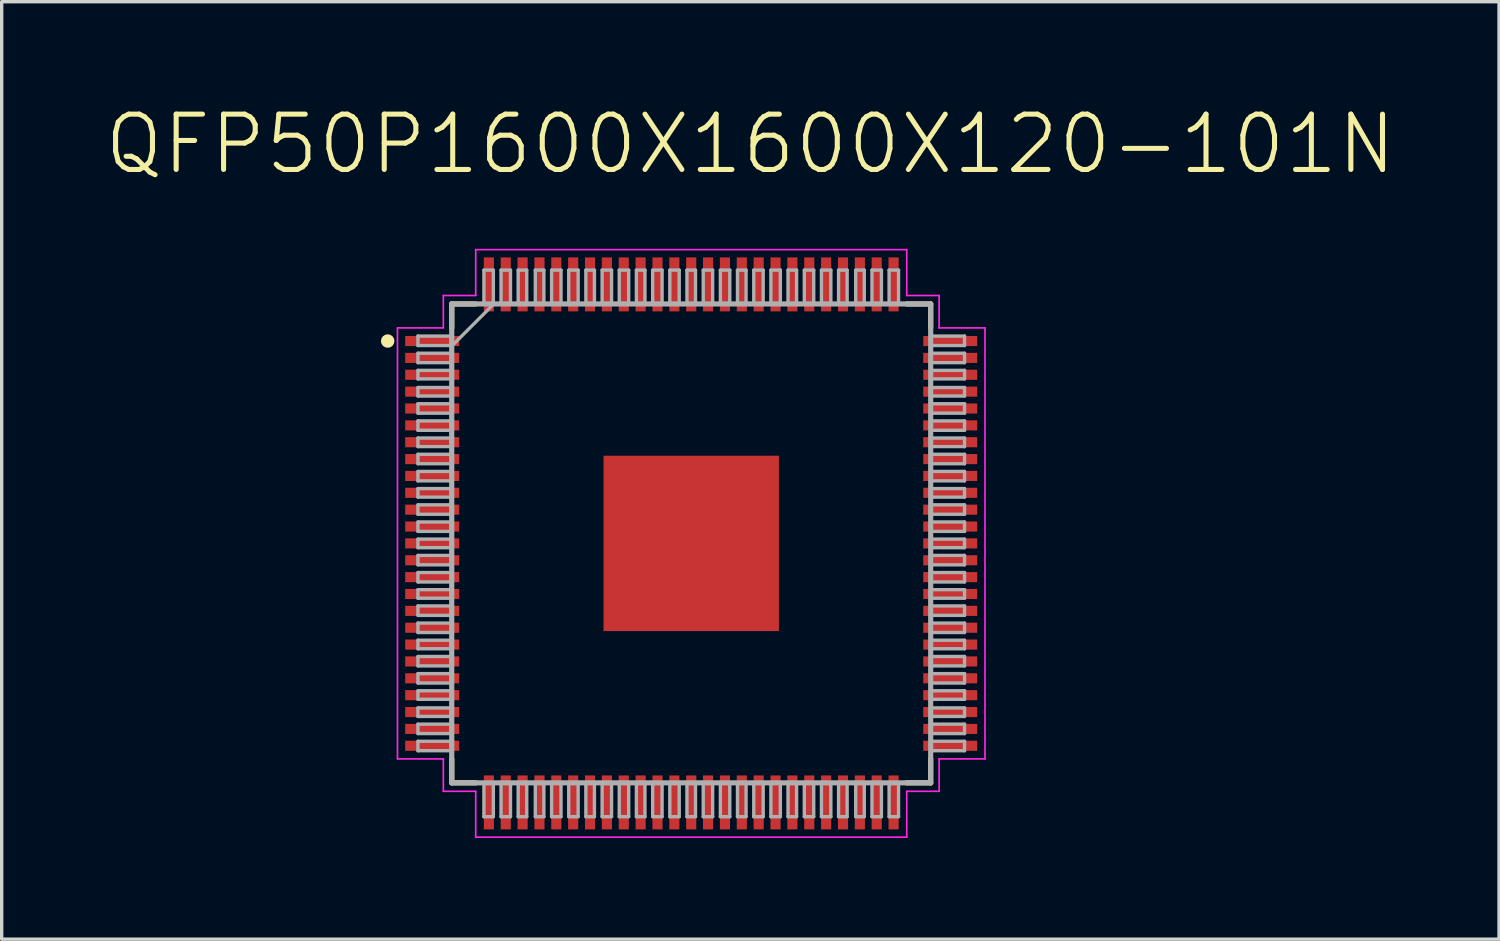
<source format=kicad_pcb>
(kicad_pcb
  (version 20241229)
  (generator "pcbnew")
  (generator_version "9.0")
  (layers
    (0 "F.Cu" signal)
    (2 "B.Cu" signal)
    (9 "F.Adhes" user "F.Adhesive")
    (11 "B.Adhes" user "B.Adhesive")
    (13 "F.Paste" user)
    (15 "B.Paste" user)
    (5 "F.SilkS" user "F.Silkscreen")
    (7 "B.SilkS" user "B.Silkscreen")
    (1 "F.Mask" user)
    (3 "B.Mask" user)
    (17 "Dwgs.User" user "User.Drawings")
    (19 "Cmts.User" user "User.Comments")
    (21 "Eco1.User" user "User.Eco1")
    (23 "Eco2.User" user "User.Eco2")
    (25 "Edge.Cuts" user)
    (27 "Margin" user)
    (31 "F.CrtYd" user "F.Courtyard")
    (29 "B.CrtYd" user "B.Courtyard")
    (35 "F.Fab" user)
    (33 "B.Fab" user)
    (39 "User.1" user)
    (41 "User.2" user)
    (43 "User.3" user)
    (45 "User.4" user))
  (footprint "QFP50P1600X1600X120-101N"
    (layer "F.Cu")
    (at 17.445 13.062)
    (property "Reference" "QFP50P1600X1600X120-101N" (at 1.753 -11.839 0) (layer "F.SilkS") (effects (font (size 1.64 1.64) (thickness 0.15))))
    (attr smd)
    (fp_line (start -7.1 -7.1) (end -7.1 -6.39) (stroke (width 0.152) (type solid)) (layer "F.SilkS"))
    (fp_line (start -7.1 6.39) (end -7.1 7.1) (stroke (width 0.152) (type solid)) (layer "F.SilkS"))
    (fp_line (start -7.1 7.1) (end -6.39 7.1) (stroke (width 0.152) (type solid)) (layer "F.SilkS"))
    (fp_line (start -6.39 -7.1) (end -7.1 -7.1) (stroke (width 0.152) (type solid)) (layer "F.SilkS"))
    (fp_line (start 6.39 -7.1) (end 7.1 -7.1) (stroke (width 0.152) (type solid)) (layer "F.SilkS"))
    (fp_line (start 7.1 -7.1) (end 7.1 -6.39) (stroke (width 0.152) (type solid)) (layer "F.SilkS"))
    (fp_line (start 7.1 6.39) (end 7.1 7.1) (stroke (width 0.152) (type solid)) (layer "F.SilkS"))
    (fp_line (start 7.1 7.1) (end 6.39 7.1) (stroke (width 0.152) (type solid)) (layer "F.SilkS"))
    (fp_circle (center -9 -6) (end -8.9 -6) (stroke (width 0.2) (type solid)) (fill no) (layer "F.SilkS"))
    (fp_poly (pts (xy -1.492 -1.49) (xy 1.49 -1.49) (xy 1.49 1.492) (xy -1.492 1.492)) (stroke (width 0.01) (type solid)) (fill yes) (layer "F.Paste"))
    (fp_line (start -8.71 -6.39) (end -7.35 -6.39) (stroke (width 0.05) (type solid)) (layer "F.CrtYd"))
    (fp_line (start -8.71 6.39) (end -8.71 -6.39) (stroke (width 0.05) (type solid)) (layer "F.CrtYd"))
    (fp_line (start -7.35 -7.35) (end -6.39 -7.35) (stroke (width 0.05) (type solid)) (layer "F.CrtYd"))
    (fp_line (start -7.35 -6.39) (end -7.35 -7.35) (stroke (width 0.05) (type solid)) (layer "F.CrtYd"))
    (fp_line (start -7.35 6.39) (end -8.71 6.39) (stroke (width 0.05) (type solid)) (layer "F.CrtYd"))
    (fp_line (start -7.35 7.35) (end -7.35 6.39) (stroke (width 0.05) (type solid)) (layer "F.CrtYd"))
    (fp_line (start -6.39 -8.71) (end 6.39 -8.71) (stroke (width 0.05) (type solid)) (layer "F.CrtYd"))
    (fp_line (start -6.39 -7.35) (end -6.39 -8.71) (stroke (width 0.05) (type solid)) (layer "F.CrtYd"))
    (fp_line (start -6.39 7.35) (end -7.35 7.35) (stroke (width 0.05) (type solid)) (layer "F.CrtYd"))
    (fp_line (start -6.39 8.71) (end -6.39 7.35) (stroke (width 0.05) (type solid)) (layer "F.CrtYd"))
    (fp_line (start 6.39 -8.71) (end 6.39 -7.35) (stroke (width 0.05) (type solid)) (layer "F.CrtYd"))
    (fp_line (start 6.39 -7.35) (end 7.35 -7.35) (stroke (width 0.05) (type solid)) (layer "F.CrtYd"))
    (fp_line (start 6.39 7.35) (end 6.39 8.71) (stroke (width 0.05) (type solid)) (layer "F.CrtYd"))
    (fp_line (start 6.39 8.71) (end -6.39 8.71) (stroke (width 0.05) (type solid)) (layer "F.CrtYd"))
    (fp_line (start 7.35 -7.35) (end 7.35 -6.39) (stroke (width 0.05) (type solid)) (layer "F.CrtYd"))
    (fp_line (start 7.35 -6.39) (end 8.71 -6.39) (stroke (width 0.05) (type solid)) (layer "F.CrtYd"))
    (fp_line (start 7.35 6.39) (end 7.35 7.35) (stroke (width 0.05) (type solid)) (layer "F.CrtYd"))
    (fp_line (start 7.35 7.35) (end 6.39 7.35) (stroke (width 0.05) (type solid)) (layer "F.CrtYd"))
    (fp_line (start 8.71 -6.39) (end 8.71 6.39) (stroke (width 0.05) (type solid)) (layer "F.CrtYd"))
    (fp_line (start 8.71 6.39) (end 7.35 6.39) (stroke (width 0.05) (type solid)) (layer "F.CrtYd"))
    (fp_line (start -8.103 -6.147) (end -8.103 -5.867) (stroke (width 0.1) (type solid)) (layer "F.Fab"))
    (fp_line (start -8.103 -5.867) (end -7.112 -5.867) (stroke (width 0.1) (type solid)) (layer "F.Fab"))
    (fp_line (start -8.103 -5.639) (end -8.103 -5.359) (stroke (width 0.1) (type solid)) (layer "F.Fab"))
    (fp_line (start -8.103 -5.359) (end -7.112 -5.359) (stroke (width 0.1) (type solid)) (layer "F.Fab"))
    (fp_line (start -8.103 -5.131) (end -8.103 -4.877) (stroke (width 0.1) (type solid)) (layer "F.Fab"))
    (fp_line (start -8.103 -4.877) (end -7.112 -4.877) (stroke (width 0.1) (type solid)) (layer "F.Fab"))
    (fp_line (start -8.103 -4.623) (end -8.103 -4.369) (stroke (width 0.1) (type solid)) (layer "F.Fab"))
    (fp_line (start -8.103 -4.369) (end -7.112 -4.369) (stroke (width 0.1) (type solid)) (layer "F.Fab"))
    (fp_line (start -8.103 -4.14) (end -8.103 -3.861) (stroke (width 0.1) (type solid)) (layer "F.Fab"))
    (fp_line (start -8.103 -3.861) (end -7.112 -3.861) (stroke (width 0.1) (type solid)) (layer "F.Fab"))
    (fp_line (start -8.103 -3.632) (end -8.103 -3.353) (stroke (width 0.1) (type solid)) (layer "F.Fab"))
    (fp_line (start -8.103 -3.353) (end -7.112 -3.353) (stroke (width 0.1) (type solid)) (layer "F.Fab"))
    (fp_line (start -8.103 -3.124) (end -8.103 -2.87) (stroke (width 0.1) (type solid)) (layer "F.Fab"))
    (fp_line (start -8.103 -2.87) (end -7.112 -2.87) (stroke (width 0.1) (type solid)) (layer "F.Fab"))
    (fp_line (start -8.103 -2.642) (end -8.103 -2.362) (stroke (width 0.1) (type solid)) (layer "F.Fab"))
    (fp_line (start -8.103 -2.362) (end -7.112 -2.362) (stroke (width 0.1) (type solid)) (layer "F.Fab"))
    (fp_line (start -8.103 -2.134) (end -8.103 -1.854) (stroke (width 0.1) (type solid)) (layer "F.Fab"))
    (fp_line (start -8.103 -1.854) (end -7.112 -1.854) (stroke (width 0.1) (type solid)) (layer "F.Fab"))
    (fp_line (start -8.103 -1.626) (end -8.103 -1.372) (stroke (width 0.1) (type solid)) (layer "F.Fab"))
    (fp_line (start -8.103 -1.372) (end -7.112 -1.372) (stroke (width 0.1) (type solid)) (layer "F.Fab"))
    (fp_line (start -8.103 -1.143) (end -8.103 -0.864) (stroke (width 0.1) (type solid)) (layer "F.Fab"))
    (fp_line (start -8.103 -0.864) (end -7.112 -0.864) (stroke (width 0.1) (type solid)) (layer "F.Fab"))
    (fp_line (start -8.103 -0.635) (end -8.103 -0.356) (stroke (width 0.1) (type solid)) (layer "F.Fab"))
    (fp_line (start -8.103 -0.356) (end -7.112 -0.356) (stroke (width 0.1) (type solid)) (layer "F.Fab"))
    (fp_line (start -8.103 -0.127) (end -8.103 0.127) (stroke (width 0.1) (type solid)) (layer "F.Fab"))
    (fp_line (start -8.103 0.127) (end -7.112 0.127) (stroke (width 0.1) (type solid)) (layer "F.Fab"))
    (fp_line (start -8.103 0.356) (end -8.103 0.635) (stroke (width 0.1) (type solid)) (layer "F.Fab"))
    (fp_line (start -8.103 0.635) (end -7.112 0.635) (stroke (width 0.1) (type solid)) (layer "F.Fab"))
    (fp_line (start -8.103 0.864) (end -8.103 1.143) (stroke (width 0.1) (type solid)) (layer "F.Fab"))
    (fp_line (start -8.103 1.143) (end -7.112 1.143) (stroke (width 0.1) (type solid)) (layer "F.Fab"))
    (fp_line (start -8.103 1.372) (end -8.103 1.626) (stroke (width 0.1) (type solid)) (layer "F.Fab"))
    (fp_line (start -8.103 1.626) (end -7.112 1.626) (stroke (width 0.1) (type solid)) (layer "F.Fab"))
    (fp_line (start -8.103 1.854) (end -8.103 2.134) (stroke (width 0.1) (type solid)) (layer "F.Fab"))
    (fp_line (start -8.103 2.134) (end -7.112 2.134) (stroke (width 0.1) (type solid)) (layer "F.Fab"))
    (fp_line (start -8.103 2.362) (end -8.103 2.642) (stroke (width 0.1) (type solid)) (layer "F.Fab"))
    (fp_line (start -8.103 2.642) (end -7.112 2.642) (stroke (width 0.1) (type solid)) (layer "F.Fab"))
    (fp_line (start -8.103 2.87) (end -8.103 3.124) (stroke (width 0.1) (type solid)) (layer "F.Fab"))
    (fp_line (start -8.103 3.124) (end -7.112 3.124) (stroke (width 0.1) (type solid)) (layer "F.Fab"))
    (fp_line (start -8.103 3.353) (end -8.103 3.632) (stroke (width 0.1) (type solid)) (layer "F.Fab"))
    (fp_line (start -8.103 3.632) (end -7.112 3.632) (stroke (width 0.1) (type solid)) (layer "F.Fab"))
    (fp_line (start -8.103 3.861) (end -8.103 4.14) (stroke (width 0.1) (type solid)) (layer "F.Fab"))
    (fp_line (start -8.103 4.14) (end -7.112 4.14) (stroke (width 0.1) (type solid)) (layer "F.Fab"))
    (fp_line (start -8.103 4.369) (end -8.103 4.623) (stroke (width 0.1) (type solid)) (layer "F.Fab"))
    (fp_line (start -8.103 4.623) (end -7.112 4.623) (stroke (width 0.1) (type solid)) (layer "F.Fab"))
    (fp_line (start -8.103 4.877) (end -8.103 5.131) (stroke (width 0.1) (type solid)) (layer "F.Fab"))
    (fp_line (start -8.103 5.131) (end -7.112 5.131) (stroke (width 0.1) (type solid)) (layer "F.Fab"))
    (fp_line (start -8.103 5.359) (end -8.103 5.639) (stroke (width 0.1) (type solid)) (layer "F.Fab"))
    (fp_line (start -8.103 5.639) (end -7.112 5.639) (stroke (width 0.1) (type solid)) (layer "F.Fab"))
    (fp_line (start -8.103 5.867) (end -8.103 6.147) (stroke (width 0.1) (type solid)) (layer "F.Fab"))
    (fp_line (start -8.103 6.147) (end -7.112 6.147) (stroke (width 0.1) (type solid)) (layer "F.Fab"))
    (fp_line (start -7.112 -7.112) (end -7.112 7.112) (stroke (width 0.1) (type solid)) (layer "F.Fab"))
    (fp_line (start -7.112 -6.147) (end -8.103 -6.147) (stroke (width 0.1) (type solid)) (layer "F.Fab"))
    (fp_line (start -7.112 -5.867) (end -7.112 -6.147) (stroke (width 0.1) (type solid)) (layer "F.Fab"))
    (fp_line (start -7.112 -5.842) (end -5.842 -7.112) (stroke (width 0.1) (type solid)) (layer "F.Fab"))
    (fp_line (start -7.112 -5.639) (end -8.103 -5.639) (stroke (width 0.1) (type solid)) (layer "F.Fab"))
    (fp_line (start -7.112 -5.359) (end -7.112 -5.639) (stroke (width 0.1) (type solid)) (layer "F.Fab"))
    (fp_line (start -7.112 -5.131) (end -8.103 -5.131) (stroke (width 0.1) (type solid)) (layer "F.Fab"))
    (fp_line (start -7.112 -4.877) (end -7.112 -5.131) (stroke (width 0.1) (type solid)) (layer "F.Fab"))
    (fp_line (start -7.112 -4.623) (end -8.103 -4.623) (stroke (width 0.1) (type solid)) (layer "F.Fab"))
    (fp_line (start -7.112 -4.369) (end -7.112 -4.623) (stroke (width 0.1) (type solid)) (layer "F.Fab"))
    (fp_line (start -7.112 -4.14) (end -8.103 -4.14) (stroke (width 0.1) (type solid)) (layer "F.Fab"))
    (fp_line (start -7.112 -3.861) (end -7.112 -4.14) (stroke (width 0.1) (type solid)) (layer "F.Fab"))
    (fp_line (start -7.112 -3.632) (end -8.103 -3.632) (stroke (width 0.1) (type solid)) (layer "F.Fab"))
    (fp_line (start -7.112 -3.353) (end -7.112 -3.632) (stroke (width 0.1) (type solid)) (layer "F.Fab"))
    (fp_line (start -7.112 -3.124) (end -8.103 -3.124) (stroke (width 0.1) (type solid)) (layer "F.Fab"))
    (fp_line (start -7.112 -2.87) (end -7.112 -3.124) (stroke (width 0.1) (type solid)) (layer "F.Fab"))
    (fp_line (start -7.112 -2.642) (end -8.103 -2.642) (stroke (width 0.1) (type solid)) (layer "F.Fab"))
    (fp_line (start -7.112 -2.362) (end -7.112 -2.642) (stroke (width 0.1) (type solid)) (layer "F.Fab"))
    (fp_line (start -7.112 -2.134) (end -8.103 -2.134) (stroke (width 0.1) (type solid)) (layer "F.Fab"))
    (fp_line (start -7.112 -1.854) (end -7.112 -2.134) (stroke (width 0.1) (type solid)) (layer "F.Fab"))
    (fp_line (start -7.112 -1.626) (end -8.103 -1.626) (stroke (width 0.1) (type solid)) (layer "F.Fab"))
    (fp_line (start -7.112 -1.372) (end -7.112 -1.626) (stroke (width 0.1) (type solid)) (layer "F.Fab"))
    (fp_line (start -7.112 -1.143) (end -8.103 -1.143) (stroke (width 0.1) (type solid)) (layer "F.Fab"))
    (fp_line (start -7.112 -0.864) (end -7.112 -1.143) (stroke (width 0.1) (type solid)) (layer "F.Fab"))
    (fp_line (start -7.112 -0.635) (end -8.103 -0.635) (stroke (width 0.1) (type solid)) (layer "F.Fab"))
    (fp_line (start -7.112 -0.356) (end -7.112 -0.635) (stroke (width 0.1) (type solid)) (layer "F.Fab"))
    (fp_line (start -7.112 -0.127) (end -8.103 -0.127) (stroke (width 0.1) (type solid)) (layer "F.Fab"))
    (fp_line (start -7.112 0.127) (end -7.112 -0.127) (stroke (width 0.1) (type solid)) (layer "F.Fab"))
    (fp_line (start -7.112 0.356) (end -8.103 0.356) (stroke (width 0.1) (type solid)) (layer "F.Fab"))
    (fp_line (start -7.112 0.635) (end -7.112 0.356) (stroke (width 0.1) (type solid)) (layer "F.Fab"))
    (fp_line (start -7.112 0.864) (end -8.103 0.864) (stroke (width 0.1) (type solid)) (layer "F.Fab"))
    (fp_line (start -7.112 1.143) (end -7.112 0.864) (stroke (width 0.1) (type solid)) (layer "F.Fab"))
    (fp_line (start -7.112 1.372) (end -8.103 1.372) (stroke (width 0.1) (type solid)) (layer "F.Fab"))
    (fp_line (start -7.112 1.626) (end -7.112 1.372) (stroke (width 0.1) (type solid)) (layer "F.Fab"))
    (fp_line (start -7.112 1.854) (end -8.103 1.854) (stroke (width 0.1) (type solid)) (layer "F.Fab"))
    (fp_line (start -7.112 2.134) (end -7.112 1.854) (stroke (width 0.1) (type solid)) (layer "F.Fab"))
    (fp_line (start -7.112 2.362) (end -8.103 2.362) (stroke (width 0.1) (type solid)) (layer "F.Fab"))
    (fp_line (start -7.112 2.642) (end -7.112 2.362) (stroke (width 0.1) (type solid)) (layer "F.Fab"))
    (fp_line (start -7.112 2.87) (end -8.103 2.87) (stroke (width 0.1) (type solid)) (layer "F.Fab"))
    (fp_line (start -7.112 3.124) (end -7.112 2.87) (stroke (width 0.1) (type solid)) (layer "F.Fab"))
    (fp_line (start -7.112 3.353) (end -8.103 3.353) (stroke (width 0.1) (type solid)) (layer "F.Fab"))
    (fp_line (start -7.112 3.632) (end -7.112 3.353) (stroke (width 0.1) (type solid)) (layer "F.Fab"))
    (fp_line (start -7.112 3.861) (end -8.103 3.861) (stroke (width 0.1) (type solid)) (layer "F.Fab"))
    (fp_line (start -7.112 4.14) (end -7.112 3.861) (stroke (width 0.1) (type solid)) (layer "F.Fab"))
    (fp_line (start -7.112 4.369) (end -8.103 4.369) (stroke (width 0.1) (type solid)) (layer "F.Fab"))
    (fp_line (start -7.112 4.623) (end -7.112 4.369) (stroke (width 0.1) (type solid)) (layer "F.Fab"))
    (fp_line (start -7.112 4.877) (end -8.103 4.877) (stroke (width 0.1) (type solid)) (layer "F.Fab"))
    (fp_line (start -7.112 5.131) (end -7.112 4.877) (stroke (width 0.1) (type solid)) (layer "F.Fab"))
    (fp_line (start -7.112 5.359) (end -8.103 5.359) (stroke (width 0.1) (type solid)) (layer "F.Fab"))
    (fp_line (start -7.112 5.639) (end -7.112 5.359) (stroke (width 0.1) (type solid)) (layer "F.Fab"))
    (fp_line (start -7.112 5.867) (end -8.103 5.867) (stroke (width 0.1) (type solid)) (layer "F.Fab"))
    (fp_line (start -7.112 6.147) (end -7.112 5.867) (stroke (width 0.1) (type solid)) (layer "F.Fab"))
    (fp_line (start -7.112 7.112) (end 7.112 7.112) (stroke (width 0.1) (type solid)) (layer "F.Fab"))
    (fp_line (start -7.1 -7.1) (end 7.1 -7.1) (stroke (width 0.152) (type solid)) (layer "F.Fab"))
    (fp_line (start -7.1 7.1) (end -7.1 -7.1) (stroke (width 0.152) (type solid)) (layer "F.Fab"))
    (fp_line (start -6.147 -8.103) (end -6.147 -7.112) (stroke (width 0.1) (type solid)) (layer "F.Fab"))
    (fp_line (start -6.147 -7.112) (end -5.867 -7.112) (stroke (width 0.1) (type solid)) (layer "F.Fab"))
    (fp_line (start -6.147 7.112) (end -6.147 8.103) (stroke (width 0.1) (type solid)) (layer "F.Fab"))
    (fp_line (start -6.147 8.103) (end -5.867 8.103) (stroke (width 0.1) (type solid)) (layer "F.Fab"))
    (fp_line (start -5.867 -8.103) (end -6.147 -8.103) (stroke (width 0.1) (type solid)) (layer "F.Fab"))
    (fp_line (start -5.867 -7.112) (end -5.867 -8.103) (stroke (width 0.1) (type solid)) (layer "F.Fab"))
    (fp_line (start -5.867 7.112) (end -6.147 7.112) (stroke (width 0.1) (type solid)) (layer "F.Fab"))
    (fp_line (start -5.867 8.103) (end -5.867 7.112) (stroke (width 0.1) (type solid)) (layer "F.Fab"))
    (fp_line (start -5.639 -8.103) (end -5.639 -7.112) (stroke (width 0.1) (type solid)) (layer "F.Fab"))
    (fp_line (start -5.639 -7.112) (end -5.359 -7.112) (stroke (width 0.1) (type solid)) (layer "F.Fab"))
    (fp_line (start -5.639 7.112) (end -5.639 8.103) (stroke (width 0.1) (type solid)) (layer "F.Fab"))
    (fp_line (start -5.639 8.103) (end -5.359 8.103) (stroke (width 0.1) (type solid)) (layer "F.Fab"))
    (fp_line (start -5.359 -8.103) (end -5.639 -8.103) (stroke (width 0.1) (type solid)) (layer "F.Fab"))
    (fp_line (start -5.359 -7.112) (end -5.359 -8.103) (stroke (width 0.1) (type solid)) (layer "F.Fab"))
    (fp_line (start -5.359 7.112) (end -5.639 7.112) (stroke (width 0.1) (type solid)) (layer "F.Fab"))
    (fp_line (start -5.359 8.103) (end -5.359 7.112) (stroke (width 0.1) (type solid)) (layer "F.Fab"))
    (fp_line (start -5.131 -8.103) (end -5.131 -7.112) (stroke (width 0.1) (type solid)) (layer "F.Fab"))
    (fp_line (start -5.131 -7.112) (end -4.877 -7.112) (stroke (width 0.1) (type solid)) (layer "F.Fab"))
    (fp_line (start -5.131 7.112) (end -5.131 8.103) (stroke (width 0.1) (type solid)) (layer "F.Fab"))
    (fp_line (start -5.131 8.103) (end -4.877 8.103) (stroke (width 0.1) (type solid)) (layer "F.Fab"))
    (fp_line (start -4.877 -8.103) (end -5.131 -8.103) (stroke (width 0.1) (type solid)) (layer "F.Fab"))
    (fp_line (start -4.877 -7.112) (end -4.877 -8.103) (stroke (width 0.1) (type solid)) (layer "F.Fab"))
    (fp_line (start -4.877 7.112) (end -5.131 7.112) (stroke (width 0.1) (type solid)) (layer "F.Fab"))
    (fp_line (start -4.877 8.103) (end -4.877 7.112) (stroke (width 0.1) (type solid)) (layer "F.Fab"))
    (fp_line (start -4.623 -8.103) (end -4.623 -7.112) (stroke (width 0.1) (type solid)) (layer "F.Fab"))
    (fp_line (start -4.623 -7.112) (end -4.369 -7.112) (stroke (width 0.1) (type solid)) (layer "F.Fab"))
    (fp_line (start -4.623 7.112) (end -4.623 8.103) (stroke (width 0.1) (type solid)) (layer "F.Fab"))
    (fp_line (start -4.623 8.103) (end -4.369 8.103) (stroke (width 0.1) (type solid)) (layer "F.Fab"))
    (fp_line (start -4.369 -8.103) (end -4.623 -8.103) (stroke (width 0.1) (type solid)) (layer "F.Fab"))
    (fp_line (start -4.369 -7.112) (end -4.369 -8.103) (stroke (width 0.1) (type solid)) (layer "F.Fab"))
    (fp_line (start -4.369 7.112) (end -4.623 7.112) (stroke (width 0.1) (type solid)) (layer "F.Fab"))
    (fp_line (start -4.369 8.103) (end -4.369 7.112) (stroke (width 0.1) (type solid)) (layer "F.Fab"))
    (fp_line (start -4.14 -8.103) (end -4.14 -7.112) (stroke (width 0.1) (type solid)) (layer "F.Fab"))
    (fp_line (start -4.14 -7.112) (end -3.861 -7.112) (stroke (width 0.1) (type solid)) (layer "F.Fab"))
    (fp_line (start -4.14 7.112) (end -4.14 8.103) (stroke (width 0.1) (type solid)) (layer "F.Fab"))
    (fp_line (start -4.14 8.103) (end -3.861 8.103) (stroke (width 0.1) (type solid)) (layer "F.Fab"))
    (fp_line (start -3.861 -8.103) (end -4.14 -8.103) (stroke (width 0.1) (type solid)) (layer "F.Fab"))
    (fp_line (start -3.861 -7.112) (end -3.861 -8.103) (stroke (width 0.1) (type solid)) (layer "F.Fab"))
    (fp_line (start -3.861 7.112) (end -4.14 7.112) (stroke (width 0.1) (type solid)) (layer "F.Fab"))
    (fp_line (start -3.861 8.103) (end -3.861 7.112) (stroke (width 0.1) (type solid)) (layer "F.Fab"))
    (fp_line (start -3.632 -8.103) (end -3.632 -7.112) (stroke (width 0.1) (type solid)) (layer "F.Fab"))
    (fp_line (start -3.632 -7.112) (end -3.353 -7.112) (stroke (width 0.1) (type solid)) (layer "F.Fab"))
    (fp_line (start -3.632 7.112) (end -3.632 8.103) (stroke (width 0.1) (type solid)) (layer "F.Fab"))
    (fp_line (start -3.632 8.103) (end -3.353 8.103) (stroke (width 0.1) (type solid)) (layer "F.Fab"))
    (fp_line (start -3.353 -8.103) (end -3.632 -8.103) (stroke (width 0.1) (type solid)) (layer "F.Fab"))
    (fp_line (start -3.353 -7.112) (end -3.353 -8.103) (stroke (width 0.1) (type solid)) (layer "F.Fab"))
    (fp_line (start -3.353 7.112) (end -3.632 7.112) (stroke (width 0.1) (type solid)) (layer "F.Fab"))
    (fp_line (start -3.353 8.103) (end -3.353 7.112) (stroke (width 0.1) (type solid)) (layer "F.Fab"))
    (fp_line (start -3.124 -8.103) (end -3.124 -7.112) (stroke (width 0.1) (type solid)) (layer "F.Fab"))
    (fp_line (start -3.124 -7.112) (end -2.87 -7.112) (stroke (width 0.1) (type solid)) (layer "F.Fab"))
    (fp_line (start -3.124 7.112) (end -3.124 8.103) (stroke (width 0.1) (type solid)) (layer "F.Fab"))
    (fp_line (start -3.124 8.103) (end -2.87 8.103) (stroke (width 0.1) (type solid)) (layer "F.Fab"))
    (fp_line (start -2.87 -8.103) (end -3.124 -8.103) (stroke (width 0.1) (type solid)) (layer "F.Fab"))
    (fp_line (start -2.87 -7.112) (end -2.87 -8.103) (stroke (width 0.1) (type solid)) (layer "F.Fab"))
    (fp_line (start -2.87 7.112) (end -3.124 7.112) (stroke (width 0.1) (type solid)) (layer "F.Fab"))
    (fp_line (start -2.87 8.103) (end -2.87 7.112) (stroke (width 0.1) (type solid)) (layer "F.Fab"))
    (fp_line (start -2.642 -8.103) (end -2.642 -7.112) (stroke (width 0.1) (type solid)) (layer "F.Fab"))
    (fp_line (start -2.642 -7.112) (end -2.362 -7.112) (stroke (width 0.1) (type solid)) (layer "F.Fab"))
    (fp_line (start -2.642 7.112) (end -2.642 8.103) (stroke (width 0.1) (type solid)) (layer "F.Fab"))
    (fp_line (start -2.642 8.103) (end -2.362 8.103) (stroke (width 0.1) (type solid)) (layer "F.Fab"))
    (fp_line (start -2.362 -8.103) (end -2.642 -8.103) (stroke (width 0.1) (type solid)) (layer "F.Fab"))
    (fp_line (start -2.362 -7.112) (end -2.362 -8.103) (stroke (width 0.1) (type solid)) (layer "F.Fab"))
    (fp_line (start -2.362 7.112) (end -2.642 7.112) (stroke (width 0.1) (type solid)) (layer "F.Fab"))
    (fp_line (start -2.362 8.103) (end -2.362 7.112) (stroke (width 0.1) (type solid)) (layer "F.Fab"))
    (fp_line (start -2.134 -8.103) (end -2.134 -7.112) (stroke (width 0.1) (type solid)) (layer "F.Fab"))
    (fp_line (start -2.134 -7.112) (end -1.854 -7.112) (stroke (width 0.1) (type solid)) (layer "F.Fab"))
    (fp_line (start -2.134 7.112) (end -2.134 8.103) (stroke (width 0.1) (type solid)) (layer "F.Fab"))
    (fp_line (start -2.134 8.103) (end -1.854 8.103) (stroke (width 0.1) (type solid)) (layer "F.Fab"))
    (fp_line (start -1.854 -8.103) (end -2.134 -8.103) (stroke (width 0.1) (type solid)) (layer "F.Fab"))
    (fp_line (start -1.854 -7.112) (end -1.854 -8.103) (stroke (width 0.1) (type solid)) (layer "F.Fab"))
    (fp_line (start -1.854 7.112) (end -2.134 7.112) (stroke (width 0.1) (type solid)) (layer "F.Fab"))
    (fp_line (start -1.854 8.103) (end -1.854 7.112) (stroke (width 0.1) (type solid)) (layer "F.Fab"))
    (fp_line (start -1.626 -8.103) (end -1.626 -7.112) (stroke (width 0.1) (type solid)) (layer "F.Fab"))
    (fp_line (start -1.626 -7.112) (end -1.372 -7.112) (stroke (width 0.1) (type solid)) (layer "F.Fab"))
    (fp_line (start -1.626 7.112) (end -1.626 8.103) (stroke (width 0.1) (type solid)) (layer "F.Fab"))
    (fp_line (start -1.626 8.103) (end -1.372 8.103) (stroke (width 0.1) (type solid)) (layer "F.Fab"))
    (fp_line (start -1.372 -8.103) (end -1.626 -8.103) (stroke (width 0.1) (type solid)) (layer "F.Fab"))
    (fp_line (start -1.372 -7.112) (end -1.372 -8.103) (stroke (width 0.1) (type solid)) (layer "F.Fab"))
    (fp_line (start -1.372 7.112) (end -1.626 7.112) (stroke (width 0.1) (type solid)) (layer "F.Fab"))
    (fp_line (start -1.372 8.103) (end -1.372 7.112) (stroke (width 0.1) (type solid)) (layer "F.Fab"))
    (fp_line (start -1.143 -8.103) (end -1.143 -7.112) (stroke (width 0.1) (type solid)) (layer "F.Fab"))
    (fp_line (start -1.143 -7.112) (end -0.864 -7.112) (stroke (width 0.1) (type solid)) (layer "F.Fab"))
    (fp_line (start -1.143 7.112) (end -1.143 8.103) (stroke (width 0.1) (type solid)) (layer "F.Fab"))
    (fp_line (start -1.143 8.103) (end -0.864 8.103) (stroke (width 0.1) (type solid)) (layer "F.Fab"))
    (fp_line (start -0.864 -8.103) (end -1.143 -8.103) (stroke (width 0.1) (type solid)) (layer "F.Fab"))
    (fp_line (start -0.864 -7.112) (end -0.864 -8.103) (stroke (width 0.1) (type solid)) (layer "F.Fab"))
    (fp_line (start -0.864 7.112) (end -1.143 7.112) (stroke (width 0.1) (type solid)) (layer "F.Fab"))
    (fp_line (start -0.864 8.103) (end -0.864 7.112) (stroke (width 0.1) (type solid)) (layer "F.Fab"))
    (fp_line (start -0.635 -8.103) (end -0.635 -7.112) (stroke (width 0.1) (type solid)) (layer "F.Fab"))
    (fp_line (start -0.635 -7.112) (end -0.356 -7.112) (stroke (width 0.1) (type solid)) (layer "F.Fab"))
    (fp_line (start -0.635 7.112) (end -0.635 8.103) (stroke (width 0.1) (type solid)) (layer "F.Fab"))
    (fp_line (start -0.635 8.103) (end -0.356 8.103) (stroke (width 0.1) (type solid)) (layer "F.Fab"))
    (fp_line (start -0.356 -8.103) (end -0.635 -8.103) (stroke (width 0.1) (type solid)) (layer "F.Fab"))
    (fp_line (start -0.356 -7.112) (end -0.356 -8.103) (stroke (width 0.1) (type solid)) (layer "F.Fab"))
    (fp_line (start -0.356 7.112) (end -0.635 7.112) (stroke (width 0.1) (type solid)) (layer "F.Fab"))
    (fp_line (start -0.356 8.103) (end -0.356 7.112) (stroke (width 0.1) (type solid)) (layer "F.Fab"))
    (fp_line (start -0.127 -8.103) (end -0.127 -7.112) (stroke (width 0.1) (type solid)) (layer "F.Fab"))
    (fp_line (start -0.127 -7.112) (end 0.127 -7.112) (stroke (width 0.1) (type solid)) (layer "F.Fab"))
    (fp_line (start -0.127 7.112) (end -0.127 8.103) (stroke (width 0.1) (type solid)) (layer "F.Fab"))
    (fp_line (start -0.127 8.103) (end 0.127 8.103) (stroke (width 0.1) (type solid)) (layer "F.Fab"))
    (fp_line (start 0.127 -8.103) (end -0.127 -8.103) (stroke (width 0.1) (type solid)) (layer "F.Fab"))
    (fp_line (start 0.127 -7.112) (end 0.127 -8.103) (stroke (width 0.1) (type solid)) (layer "F.Fab"))
    (fp_line (start 0.127 7.112) (end -0.127 7.112) (stroke (width 0.1) (type solid)) (layer "F.Fab"))
    (fp_line (start 0.127 8.103) (end 0.127 7.112) (stroke (width 0.1) (type solid)) (layer "F.Fab"))
    (fp_line (start 0.356 -8.103) (end 0.356 -7.112) (stroke (width 0.1) (type solid)) (layer "F.Fab"))
    (fp_line (start 0.356 -7.112) (end 0.635 -7.112) (stroke (width 0.1) (type solid)) (layer "F.Fab"))
    (fp_line (start 0.356 7.112) (end 0.356 8.103) (stroke (width 0.1) (type solid)) (layer "F.Fab"))
    (fp_line (start 0.356 8.103) (end 0.635 8.103) (stroke (width 0.1) (type solid)) (layer "F.Fab"))
    (fp_line (start 0.635 -8.103) (end 0.356 -8.103) (stroke (width 0.1) (type solid)) (layer "F.Fab"))
    (fp_line (start 0.635 -7.112) (end 0.635 -8.103) (stroke (width 0.1) (type solid)) (layer "F.Fab"))
    (fp_line (start 0.635 7.112) (end 0.356 7.112) (stroke (width 0.1) (type solid)) (layer "F.Fab"))
    (fp_line (start 0.635 8.103) (end 0.635 7.112) (stroke (width 0.1) (type solid)) (layer "F.Fab"))
    (fp_line (start 0.864 -8.103) (end 0.864 -7.112) (stroke (width 0.1) (type solid)) (layer "F.Fab"))
    (fp_line (start 0.864 -7.112) (end 1.143 -7.112) (stroke (width 0.1) (type solid)) (layer "F.Fab"))
    (fp_line (start 0.864 7.112) (end 0.864 8.103) (stroke (width 0.1) (type solid)) (layer "F.Fab"))
    (fp_line (start 0.864 8.103) (end 1.143 8.103) (stroke (width 0.1) (type solid)) (layer "F.Fab"))
    (fp_line (start 1.143 -8.103) (end 0.864 -8.103) (stroke (width 0.1) (type solid)) (layer "F.Fab"))
    (fp_line (start 1.143 -7.112) (end 1.143 -8.103) (stroke (width 0.1) (type solid)) (layer "F.Fab"))
    (fp_line (start 1.143 7.112) (end 0.864 7.112) (stroke (width 0.1) (type solid)) (layer "F.Fab"))
    (fp_line (start 1.143 8.103) (end 1.143 7.112) (stroke (width 0.1) (type solid)) (layer "F.Fab"))
    (fp_line (start 1.372 -8.103) (end 1.372 -7.112) (stroke (width 0.1) (type solid)) (layer "F.Fab"))
    (fp_line (start 1.372 -7.112) (end 1.626 -7.112) (stroke (width 0.1) (type solid)) (layer "F.Fab"))
    (fp_line (start 1.372 7.112) (end 1.372 8.103) (stroke (width 0.1) (type solid)) (layer "F.Fab"))
    (fp_line (start 1.372 8.103) (end 1.626 8.103) (stroke (width 0.1) (type solid)) (layer "F.Fab"))
    (fp_line (start 1.626 -8.103) (end 1.372 -8.103) (stroke (width 0.1) (type solid)) (layer "F.Fab"))
    (fp_line (start 1.626 -7.112) (end 1.626 -8.103) (stroke (width 0.1) (type solid)) (layer "F.Fab"))
    (fp_line (start 1.626 7.112) (end 1.372 7.112) (stroke (width 0.1) (type solid)) (layer "F.Fab"))
    (fp_line (start 1.626 8.103) (end 1.626 7.112) (stroke (width 0.1) (type solid)) (layer "F.Fab"))
    (fp_line (start 1.854 -8.103) (end 1.854 -7.112) (stroke (width 0.1) (type solid)) (layer "F.Fab"))
    (fp_line (start 1.854 -7.112) (end 2.134 -7.112) (stroke (width 0.1) (type solid)) (layer "F.Fab"))
    (fp_line (start 1.854 7.112) (end 1.854 8.103) (stroke (width 0.1) (type solid)) (layer "F.Fab"))
    (fp_line (start 1.854 8.103) (end 2.134 8.103) (stroke (width 0.1) (type solid)) (layer "F.Fab"))
    (fp_line (start 2.134 -8.103) (end 1.854 -8.103) (stroke (width 0.1) (type solid)) (layer "F.Fab"))
    (fp_line (start 2.134 -7.112) (end 2.134 -8.103) (stroke (width 0.1) (type solid)) (layer "F.Fab"))
    (fp_line (start 2.134 7.112) (end 1.854 7.112) (stroke (width 0.1) (type solid)) (layer "F.Fab"))
    (fp_line (start 2.134 8.103) (end 2.134 7.112) (stroke (width 0.1) (type solid)) (layer "F.Fab"))
    (fp_line (start 2.362 -8.103) (end 2.362 -7.112) (stroke (width 0.1) (type solid)) (layer "F.Fab"))
    (fp_line (start 2.362 -7.112) (end 2.642 -7.112) (stroke (width 0.1) (type solid)) (layer "F.Fab"))
    (fp_line (start 2.362 7.112) (end 2.362 8.103) (stroke (width 0.1) (type solid)) (layer "F.Fab"))
    (fp_line (start 2.362 8.103) (end 2.642 8.103) (stroke (width 0.1) (type solid)) (layer "F.Fab"))
    (fp_line (start 2.642 -8.103) (end 2.362 -8.103) (stroke (width 0.1) (type solid)) (layer "F.Fab"))
    (fp_line (start 2.642 -7.112) (end 2.642 -8.103) (stroke (width 0.1) (type solid)) (layer "F.Fab"))
    (fp_line (start 2.642 7.112) (end 2.362 7.112) (stroke (width 0.1) (type solid)) (layer "F.Fab"))
    (fp_line (start 2.642 8.103) (end 2.642 7.112) (stroke (width 0.1) (type solid)) (layer "F.Fab"))
    (fp_line (start 2.87 -8.103) (end 2.87 -7.112) (stroke (width 0.1) (type solid)) (layer "F.Fab"))
    (fp_line (start 2.87 -7.112) (end 3.124 -7.112) (stroke (width 0.1) (type solid)) (layer "F.Fab"))
    (fp_line (start 2.87 7.112) (end 2.87 8.103) (stroke (width 0.1) (type solid)) (layer "F.Fab"))
    (fp_line (start 2.87 8.103) (end 3.124 8.103) (stroke (width 0.1) (type solid)) (layer "F.Fab"))
    (fp_line (start 3.124 -8.103) (end 2.87 -8.103) (stroke (width 0.1) (type solid)) (layer "F.Fab"))
    (fp_line (start 3.124 -7.112) (end 3.124 -8.103) (stroke (width 0.1) (type solid)) (layer "F.Fab"))
    (fp_line (start 3.124 7.112) (end 2.87 7.112) (stroke (width 0.1) (type solid)) (layer "F.Fab"))
    (fp_line (start 3.124 8.103) (end 3.124 7.112) (stroke (width 0.1) (type solid)) (layer "F.Fab"))
    (fp_line (start 3.353 -8.103) (end 3.353 -7.112) (stroke (width 0.1) (type solid)) (layer "F.Fab"))
    (fp_line (start 3.353 -7.112) (end 3.632 -7.112) (stroke (width 0.1) (type solid)) (layer "F.Fab"))
    (fp_line (start 3.353 7.112) (end 3.353 8.103) (stroke (width 0.1) (type solid)) (layer "F.Fab"))
    (fp_line (start 3.353 8.103) (end 3.632 8.103) (stroke (width 0.1) (type solid)) (layer "F.Fab"))
    (fp_line (start 3.632 -8.103) (end 3.353 -8.103) (stroke (width 0.1) (type solid)) (layer "F.Fab"))
    (fp_line (start 3.632 -7.112) (end 3.632 -8.103) (stroke (width 0.1) (type solid)) (layer "F.Fab"))
    (fp_line (start 3.632 7.112) (end 3.353 7.112) (stroke (width 0.1) (type solid)) (layer "F.Fab"))
    (fp_line (start 3.632 8.103) (end 3.632 7.112) (stroke (width 0.1) (type solid)) (layer "F.Fab"))
    (fp_line (start 3.861 -8.103) (end 3.861 -7.112) (stroke (width 0.1) (type solid)) (layer "F.Fab"))
    (fp_line (start 3.861 -7.112) (end 4.14 -7.112) (stroke (width 0.1) (type solid)) (layer "F.Fab"))
    (fp_line (start 3.861 7.112) (end 3.861 8.103) (stroke (width 0.1) (type solid)) (layer "F.Fab"))
    (fp_line (start 3.861 8.103) (end 4.14 8.103) (stroke (width 0.1) (type solid)) (layer "F.Fab"))
    (fp_line (start 4.14 -8.103) (end 3.861 -8.103) (stroke (width 0.1) (type solid)) (layer "F.Fab"))
    (fp_line (start 4.14 -7.112) (end 4.14 -8.103) (stroke (width 0.1) (type solid)) (layer "F.Fab"))
    (fp_line (start 4.14 7.112) (end 3.861 7.112) (stroke (width 0.1) (type solid)) (layer "F.Fab"))
    (fp_line (start 4.14 8.103) (end 4.14 7.112) (stroke (width 0.1) (type solid)) (layer "F.Fab"))
    (fp_line (start 4.369 -8.103) (end 4.369 -7.112) (stroke (width 0.1) (type solid)) (layer "F.Fab"))
    (fp_line (start 4.369 -7.112) (end 4.623 -7.112) (stroke (width 0.1) (type solid)) (layer "F.Fab"))
    (fp_line (start 4.369 7.112) (end 4.369 8.103) (stroke (width 0.1) (type solid)) (layer "F.Fab"))
    (fp_line (start 4.369 8.103) (end 4.623 8.103) (stroke (width 0.1) (type solid)) (layer "F.Fab"))
    (fp_line (start 4.623 -8.103) (end 4.369 -8.103) (stroke (width 0.1) (type solid)) (layer "F.Fab"))
    (fp_line (start 4.623 -7.112) (end 4.623 -8.103) (stroke (width 0.1) (type solid)) (layer "F.Fab"))
    (fp_line (start 4.623 7.112) (end 4.369 7.112) (stroke (width 0.1) (type solid)) (layer "F.Fab"))
    (fp_line (start 4.623 8.103) (end 4.623 7.112) (stroke (width 0.1) (type solid)) (layer "F.Fab"))
    (fp_line (start 4.877 -8.103) (end 4.877 -7.112) (stroke (width 0.1) (type solid)) (layer "F.Fab"))
    (fp_line (start 4.877 -7.112) (end 5.131 -7.112) (stroke (width 0.1) (type solid)) (layer "F.Fab"))
    (fp_line (start 4.877 7.112) (end 4.877 8.103) (stroke (width 0.1) (type solid)) (layer "F.Fab"))
    (fp_line (start 4.877 8.103) (end 5.131 8.103) (stroke (width 0.1) (type solid)) (layer "F.Fab"))
    (fp_line (start 5.131 -8.103) (end 4.877 -8.103) (stroke (width 0.1) (type solid)) (layer "F.Fab"))
    (fp_line (start 5.131 -7.112) (end 5.131 -8.103) (stroke (width 0.1) (type solid)) (layer "F.Fab"))
    (fp_line (start 5.131 7.112) (end 4.877 7.112) (stroke (width 0.1) (type solid)) (layer "F.Fab"))
    (fp_line (start 5.131 8.103) (end 5.131 7.112) (stroke (width 0.1) (type solid)) (layer "F.Fab"))
    (fp_line (start 5.359 -8.103) (end 5.359 -7.112) (stroke (width 0.1) (type solid)) (layer "F.Fab"))
    (fp_line (start 5.359 -7.112) (end 5.639 -7.112) (stroke (width 0.1) (type solid)) (layer "F.Fab"))
    (fp_line (start 5.359 7.112) (end 5.359 8.103) (stroke (width 0.1) (type solid)) (layer "F.Fab"))
    (fp_line (start 5.359 8.103) (end 5.639 8.103) (stroke (width 0.1) (type solid)) (layer "F.Fab"))
    (fp_line (start 5.639 -8.103) (end 5.359 -8.103) (stroke (width 0.1) (type solid)) (layer "F.Fab"))
    (fp_line (start 5.639 -7.112) (end 5.639 -8.103) (stroke (width 0.1) (type solid)) (layer "F.Fab"))
    (fp_line (start 5.639 7.112) (end 5.359 7.112) (stroke (width 0.1) (type solid)) (layer "F.Fab"))
    (fp_line (start 5.639 8.103) (end 5.639 7.112) (stroke (width 0.1) (type solid)) (layer "F.Fab"))
    (fp_line (start 5.867 -8.103) (end 5.867 -7.112) (stroke (width 0.1) (type solid)) (layer "F.Fab"))
    (fp_line (start 5.867 -7.112) (end 6.147 -7.112) (stroke (width 0.1) (type solid)) (layer "F.Fab"))
    (fp_line (start 5.867 7.112) (end 5.867 8.103) (stroke (width 0.1) (type solid)) (layer "F.Fab"))
    (fp_line (start 5.867 8.103) (end 6.147 8.103) (stroke (width 0.1) (type solid)) (layer "F.Fab"))
    (fp_line (start 6.147 -8.103) (end 5.867 -8.103) (stroke (width 0.1) (type solid)) (layer "F.Fab"))
    (fp_line (start 6.147 -7.112) (end 6.147 -8.103) (stroke (width 0.1) (type solid)) (layer "F.Fab"))
    (fp_line (start 6.147 7.112) (end 5.867 7.112) (stroke (width 0.1) (type solid)) (layer "F.Fab"))
    (fp_line (start 6.147 8.103) (end 6.147 7.112) (stroke (width 0.1) (type solid)) (layer "F.Fab"))
    (fp_line (start 7.1 -7.1) (end 7.1 7.1) (stroke (width 0.152) (type solid)) (layer "F.Fab"))
    (fp_line (start 7.1 7.1) (end -7.1 7.1) (stroke (width 0.152) (type solid)) (layer "F.Fab"))
    (fp_line (start 7.112 -7.112) (end -7.112 -7.112) (stroke (width 0.1) (type solid)) (layer "F.Fab"))
    (fp_line (start 7.112 -6.147) (end 7.112 -5.867) (stroke (width 0.1) (type solid)) (layer "F.Fab"))
    (fp_line (start 7.112 -5.867) (end 8.103 -5.867) (stroke (width 0.1) (type solid)) (layer "F.Fab"))
    (fp_line (start 7.112 -5.639) (end 7.112 -5.359) (stroke (width 0.1) (type solid)) (layer "F.Fab"))
    (fp_line (start 7.112 -5.359) (end 8.103 -5.359) (stroke (width 0.1) (type solid)) (layer "F.Fab"))
    (fp_line (start 7.112 -5.131) (end 7.112 -4.877) (stroke (width 0.1) (type solid)) (layer "F.Fab"))
    (fp_line (start 7.112 -4.877) (end 8.103 -4.877) (stroke (width 0.1) (type solid)) (layer "F.Fab"))
    (fp_line (start 7.112 -4.623) (end 7.112 -4.369) (stroke (width 0.1) (type solid)) (layer "F.Fab"))
    (fp_line (start 7.112 -4.369) (end 8.103 -4.369) (stroke (width 0.1) (type solid)) (layer "F.Fab"))
    (fp_line (start 7.112 -4.14) (end 7.112 -3.861) (stroke (width 0.1) (type solid)) (layer "F.Fab"))
    (fp_line (start 7.112 -3.861) (end 8.103 -3.861) (stroke (width 0.1) (type solid)) (layer "F.Fab"))
    (fp_line (start 7.112 -3.632) (end 7.112 -3.353) (stroke (width 0.1) (type solid)) (layer "F.Fab"))
    (fp_line (start 7.112 -3.353) (end 8.103 -3.353) (stroke (width 0.1) (type solid)) (layer "F.Fab"))
    (fp_line (start 7.112 -3.124) (end 7.112 -2.87) (stroke (width 0.1) (type solid)) (layer "F.Fab"))
    (fp_line (start 7.112 -2.87) (end 8.103 -2.87) (stroke (width 0.1) (type solid)) (layer "F.Fab"))
    (fp_line (start 7.112 -2.642) (end 7.112 -2.362) (stroke (width 0.1) (type solid)) (layer "F.Fab"))
    (fp_line (start 7.112 -2.362) (end 8.103 -2.362) (stroke (width 0.1) (type solid)) (layer "F.Fab"))
    (fp_line (start 7.112 -2.134) (end 7.112 -1.854) (stroke (width 0.1) (type solid)) (layer "F.Fab"))
    (fp_line (start 7.112 -1.854) (end 8.103 -1.854) (stroke (width 0.1) (type solid)) (layer "F.Fab"))
    (fp_line (start 7.112 -1.626) (end 7.112 -1.372) (stroke (width 0.1) (type solid)) (layer "F.Fab"))
    (fp_line (start 7.112 -1.372) (end 8.103 -1.372) (stroke (width 0.1) (type solid)) (layer "F.Fab"))
    (fp_line (start 7.112 -1.143) (end 7.112 -0.864) (stroke (width 0.1) (type solid)) (layer "F.Fab"))
    (fp_line (start 7.112 -0.864) (end 8.103 -0.864) (stroke (width 0.1) (type solid)) (layer "F.Fab"))
    (fp_line (start 7.112 -0.635) (end 7.112 -0.356) (stroke (width 0.1) (type solid)) (layer "F.Fab"))
    (fp_line (start 7.112 -0.356) (end 8.103 -0.356) (stroke (width 0.1) (type solid)) (layer "F.Fab"))
    (fp_line (start 7.112 -0.127) (end 7.112 0.127) (stroke (width 0.1) (type solid)) (layer "F.Fab"))
    (fp_line (start 7.112 0.127) (end 8.103 0.127) (stroke (width 0.1) (type solid)) (layer "F.Fab"))
    (fp_line (start 7.112 0.356) (end 7.112 0.635) (stroke (width 0.1) (type solid)) (layer "F.Fab"))
    (fp_line (start 7.112 0.635) (end 8.103 0.635) (stroke (width 0.1) (type solid)) (layer "F.Fab"))
    (fp_line (start 7.112 0.864) (end 7.112 1.143) (stroke (width 0.1) (type solid)) (layer "F.Fab"))
    (fp_line (start 7.112 1.143) (end 8.103 1.143) (stroke (width 0.1) (type solid)) (layer "F.Fab"))
    (fp_line (start 7.112 1.372) (end 7.112 1.626) (stroke (width 0.1) (type solid)) (layer "F.Fab"))
    (fp_line (start 7.112 1.626) (end 8.103 1.626) (stroke (width 0.1) (type solid)) (layer "F.Fab"))
    (fp_line (start 7.112 1.854) (end 7.112 2.134) (stroke (width 0.1) (type solid)) (layer "F.Fab"))
    (fp_line (start 7.112 2.134) (end 8.103 2.134) (stroke (width 0.1) (type solid)) (layer "F.Fab"))
    (fp_line (start 7.112 2.362) (end 7.112 2.642) (stroke (width 0.1) (type solid)) (layer "F.Fab"))
    (fp_line (start 7.112 2.642) (end 8.103 2.642) (stroke (width 0.1) (type solid)) (layer "F.Fab"))
    (fp_line (start 7.112 2.87) (end 7.112 3.124) (stroke (width 0.1) (type solid)) (layer "F.Fab"))
    (fp_line (start 7.112 3.124) (end 8.103 3.124) (stroke (width 0.1) (type solid)) (layer "F.Fab"))
    (fp_line (start 7.112 3.353) (end 7.112 3.632) (stroke (width 0.1) (type solid)) (layer "F.Fab"))
    (fp_line (start 7.112 3.632) (end 8.103 3.632) (stroke (width 0.1) (type solid)) (layer "F.Fab"))
    (fp_line (start 7.112 3.861) (end 7.112 4.14) (stroke (width 0.1) (type solid)) (layer "F.Fab"))
    (fp_line (start 7.112 4.14) (end 8.103 4.14) (stroke (width 0.1) (type solid)) (layer "F.Fab"))
    (fp_line (start 7.112 4.369) (end 7.112 4.623) (stroke (width 0.1) (type solid)) (layer "F.Fab"))
    (fp_line (start 7.112 4.623) (end 8.103 4.623) (stroke (width 0.1) (type solid)) (layer "F.Fab"))
    (fp_line (start 7.112 4.877) (end 7.112 5.131) (stroke (width 0.1) (type solid)) (layer "F.Fab"))
    (fp_line (start 7.112 5.131) (end 8.103 5.131) (stroke (width 0.1) (type solid)) (layer "F.Fab"))
    (fp_line (start 7.112 5.359) (end 7.112 5.639) (stroke (width 0.1) (type solid)) (layer "F.Fab"))
    (fp_line (start 7.112 5.639) (end 8.103 5.639) (stroke (width 0.1) (type solid)) (layer "F.Fab"))
    (fp_line (start 7.112 5.867) (end 7.112 6.147) (stroke (width 0.1) (type solid)) (layer "F.Fab"))
    (fp_line (start 7.112 6.147) (end 8.103 6.147) (stroke (width 0.1) (type solid)) (layer "F.Fab"))
    (fp_line (start 7.112 7.112) (end 7.112 -7.112) (stroke (width 0.1) (type solid)) (layer "F.Fab"))
    (fp_line (start 8.103 -6.147) (end 7.112 -6.147) (stroke (width 0.1) (type solid)) (layer "F.Fab"))
    (fp_line (start 8.103 -5.867) (end 8.103 -6.147) (stroke (width 0.1) (type solid)) (layer "F.Fab"))
    (fp_line (start 8.103 -5.639) (end 7.112 -5.639) (stroke (width 0.1) (type solid)) (layer "F.Fab"))
    (fp_line (start 8.103 -5.359) (end 8.103 -5.639) (stroke (width 0.1) (type solid)) (layer "F.Fab"))
    (fp_line (start 8.103 -5.131) (end 7.112 -5.131) (stroke (width 0.1) (type solid)) (layer "F.Fab"))
    (fp_line (start 8.103 -4.877) (end 8.103 -5.131) (stroke (width 0.1) (type solid)) (layer "F.Fab"))
    (fp_line (start 8.103 -4.623) (end 7.112 -4.623) (stroke (width 0.1) (type solid)) (layer "F.Fab"))
    (fp_line (start 8.103 -4.369) (end 8.103 -4.623) (stroke (width 0.1) (type solid)) (layer "F.Fab"))
    (fp_line (start 8.103 -4.14) (end 7.112 -4.14) (stroke (width 0.1) (type solid)) (layer "F.Fab"))
    (fp_line (start 8.103 -3.861) (end 8.103 -4.14) (stroke (width 0.1) (type solid)) (layer "F.Fab"))
    (fp_line (start 8.103 -3.632) (end 7.112 -3.632) (stroke (width 0.1) (type solid)) (layer "F.Fab"))
    (fp_line (start 8.103 -3.353) (end 8.103 -3.632) (stroke (width 0.1) (type solid)) (layer "F.Fab"))
    (fp_line (start 8.103 -3.124) (end 7.112 -3.124) (stroke (width 0.1) (type solid)) (layer "F.Fab"))
    (fp_line (start 8.103 -2.87) (end 8.103 -3.124) (stroke (width 0.1) (type solid)) (layer "F.Fab"))
    (fp_line (start 8.103 -2.642) (end 7.112 -2.642) (stroke (width 0.1) (type solid)) (layer "F.Fab"))
    (fp_line (start 8.103 -2.362) (end 8.103 -2.642) (stroke (width 0.1) (type solid)) (layer "F.Fab"))
    (fp_line (start 8.103 -2.134) (end 7.112 -2.134) (stroke (width 0.1) (type solid)) (layer "F.Fab"))
    (fp_line (start 8.103 -1.854) (end 8.103 -2.134) (stroke (width 0.1) (type solid)) (layer "F.Fab"))
    (fp_line (start 8.103 -1.626) (end 7.112 -1.626) (stroke (width 0.1) (type solid)) (layer "F.Fab"))
    (fp_line (start 8.103 -1.372) (end 8.103 -1.626) (stroke (width 0.1) (type solid)) (layer "F.Fab"))
    (fp_line (start 8.103 -1.143) (end 7.112 -1.143) (stroke (width 0.1) (type solid)) (layer "F.Fab"))
    (fp_line (start 8.103 -0.864) (end 8.103 -1.143) (stroke (width 0.1) (type solid)) (layer "F.Fab"))
    (fp_line (start 8.103 -0.635) (end 7.112 -0.635) (stroke (width 0.1) (type solid)) (layer "F.Fab"))
    (fp_line (start 8.103 -0.356) (end 8.103 -0.635) (stroke (width 0.1) (type solid)) (layer "F.Fab"))
    (fp_line (start 8.103 -0.127) (end 7.112 -0.127) (stroke (width 0.1) (type solid)) (layer "F.Fab"))
    (fp_line (start 8.103 0.127) (end 8.103 -0.127) (stroke (width 0.1) (type solid)) (layer "F.Fab"))
    (fp_line (start 8.103 0.356) (end 7.112 0.356) (stroke (width 0.1) (type solid)) (layer "F.Fab"))
    (fp_line (start 8.103 0.635) (end 8.103 0.356) (stroke (width 0.1) (type solid)) (layer "F.Fab"))
    (fp_line (start 8.103 0.864) (end 7.112 0.864) (stroke (width 0.1) (type solid)) (layer "F.Fab"))
    (fp_line (start 8.103 1.143) (end 8.103 0.864) (stroke (width 0.1) (type solid)) (layer "F.Fab"))
    (fp_line (start 8.103 1.372) (end 7.112 1.372) (stroke (width 0.1) (type solid)) (layer "F.Fab"))
    (fp_line (start 8.103 1.626) (end 8.103 1.372) (stroke (width 0.1) (type solid)) (layer "F.Fab"))
    (fp_line (start 8.103 1.854) (end 7.112 1.854) (stroke (width 0.1) (type solid)) (layer "F.Fab"))
    (fp_line (start 8.103 2.134) (end 8.103 1.854) (stroke (width 0.1) (type solid)) (layer "F.Fab"))
    (fp_line (start 8.103 2.362) (end 7.112 2.362) (stroke (width 0.1) (type solid)) (layer "F.Fab"))
    (fp_line (start 8.103 2.642) (end 8.103 2.362) (stroke (width 0.1) (type solid)) (layer "F.Fab"))
    (fp_line (start 8.103 2.87) (end 7.112 2.87) (stroke (width 0.1) (type solid)) (layer "F.Fab"))
    (fp_line (start 8.103 3.124) (end 8.103 2.87) (stroke (width 0.1) (type solid)) (layer "F.Fab"))
    (fp_line (start 8.103 3.353) (end 7.112 3.353) (stroke (width 0.1) (type solid)) (layer "F.Fab"))
    (fp_line (start 8.103 3.632) (end 8.103 3.353) (stroke (width 0.1) (type solid)) (layer "F.Fab"))
    (fp_line (start 8.103 3.861) (end 7.112 3.861) (stroke (width 0.1) (type solid)) (layer "F.Fab"))
    (fp_line (start 8.103 4.14) (end 8.103 3.861) (stroke (width 0.1) (type solid)) (layer "F.Fab"))
    (fp_line (start 8.103 4.369) (end 7.112 4.369) (stroke (width 0.1) (type solid)) (layer "F.Fab"))
    (fp_line (start 8.103 4.623) (end 8.103 4.369) (stroke (width 0.1) (type solid)) (layer "F.Fab"))
    (fp_line (start 8.103 4.877) (end 7.112 4.877) (stroke (width 0.1) (type solid)) (layer "F.Fab"))
    (fp_line (start 8.103 5.131) (end 8.103 4.877) (stroke (width 0.1) (type solid)) (layer "F.Fab"))
    (fp_line (start 8.103 5.359) (end 7.112 5.359) (stroke (width 0.1) (type solid)) (layer "F.Fab"))
    (fp_line (start 8.103 5.639) (end 8.103 5.359) (stroke (width 0.1) (type solid)) (layer "F.Fab"))
    (fp_line (start 8.103 5.867) (end 7.112 5.867) (stroke (width 0.1) (type solid)) (layer "F.Fab"))
    (fp_line (start 8.103 6.147) (end 8.103 5.867) (stroke (width 0.1) (type solid)) (layer "F.Fab"))
    (pad "1" smd rect (at -7.68 -6) (size 1.6 0.3) (layers "F.Cu" "F.Mask" "F.Paste"))
    (pad "2" smd rect (at -7.68 -5.5) (size 1.6 0.3) (layers "F.Cu" "F.Mask" "F.Paste"))
    (pad "3" smd rect (at -7.68 -5) (size 1.6 0.3) (layers "F.Cu" "F.Mask" "F.Paste"))
    (pad "4" smd rect (at -7.68 -4.5) (size 1.6 0.3) (layers "F.Cu" "F.Mask" "F.Paste"))
    (pad "5" smd rect (at -7.68 -4) (size 1.6 0.3) (layers "F.Cu" "F.Mask" "F.Paste"))
    (pad "6" smd rect (at -7.68 -3.5) (size 1.6 0.3) (layers "F.Cu" "F.Mask" "F.Paste"))
    (pad "7" smd rect (at -7.68 -3) (size 1.6 0.3) (layers "F.Cu" "F.Mask" "F.Paste"))
    (pad "8" smd rect (at -7.68 -2.5) (size 1.6 0.3) (layers "F.Cu" "F.Mask" "F.Paste"))
    (pad "9" smd rect (at -7.68 -2) (size 1.6 0.3) (layers "F.Cu" "F.Mask" "F.Paste"))
    (pad "10" smd rect (at -7.68 -1.5) (size 1.6 0.3) (layers "F.Cu" "F.Mask" "F.Paste"))
    (pad "11" smd rect (at -7.68 -1) (size 1.6 0.3) (layers "F.Cu" "F.Mask" "F.Paste"))
    (pad "12" smd rect (at -7.68 -0.5) (size 1.6 0.3) (layers "F.Cu" "F.Mask" "F.Paste"))
    (pad "13" smd rect (at -7.68 0) (size 1.6 0.3) (layers "F.Cu" "F.Mask" "F.Paste"))
    (pad "14" smd rect (at -7.68 0.5) (size 1.6 0.3) (layers "F.Cu" "F.Mask" "F.Paste"))
    (pad "15" smd rect (at -7.68 1) (size 1.6 0.3) (layers "F.Cu" "F.Mask" "F.Paste"))
    (pad "16" smd rect (at -7.68 1.5) (size 1.6 0.3) (layers "F.Cu" "F.Mask" "F.Paste"))
    (pad "17" smd rect (at -7.68 2) (size 1.6 0.3) (layers "F.Cu" "F.Mask" "F.Paste"))
    (pad "18" smd rect (at -7.68 2.5) (size 1.6 0.3) (layers "F.Cu" "F.Mask" "F.Paste"))
    (pad "19" smd rect (at -7.68 3) (size 1.6 0.3) (layers "F.Cu" "F.Mask" "F.Paste"))
    (pad "20" smd rect (at -7.68 3.5) (size 1.6 0.3) (layers "F.Cu" "F.Mask" "F.Paste"))
    (pad "21" smd rect (at -7.68 4) (size 1.6 0.3) (layers "F.Cu" "F.Mask" "F.Paste"))
    (pad "22" smd rect (at -7.68 4.5) (size 1.6 0.3) (layers "F.Cu" "F.Mask" "F.Paste"))
    (pad "23" smd rect (at -7.68 5) (size 1.6 0.3) (layers "F.Cu" "F.Mask" "F.Paste"))
    (pad "24" smd rect (at -7.68 5.5) (size 1.6 0.3) (layers "F.Cu" "F.Mask" "F.Paste"))
    (pad "25" smd rect (at -7.68 6) (size 1.6 0.3) (layers "F.Cu" "F.Mask" "F.Paste"))
    (pad "26" smd rect (at -6 7.68 90) (size 1.6 0.3) (layers "F.Cu" "F.Mask" "F.Paste"))
    (pad "27" smd rect (at -5.5 7.68 90) (size 1.6 0.3) (layers "F.Cu" "F.Mask" "F.Paste"))
    (pad "28" smd rect (at -5 7.68 90) (size 1.6 0.3) (layers "F.Cu" "F.Mask" "F.Paste"))
    (pad "29" smd rect (at -4.5 7.68 90) (size 1.6 0.3) (layers "F.Cu" "F.Mask" "F.Paste"))
    (pad "30" smd rect (at -4 7.68 90) (size 1.6 0.3) (layers "F.Cu" "F.Mask" "F.Paste"))
    (pad "31" smd rect (at -3.5 7.68 90) (size 1.6 0.3) (layers "F.Cu" "F.Mask" "F.Paste"))
    (pad "32" smd rect (at -3 7.68 90) (size 1.6 0.3) (layers "F.Cu" "F.Mask" "F.Paste"))
    (pad "33" smd rect (at -2.5 7.68 90) (size 1.6 0.3) (layers "F.Cu" "F.Mask" "F.Paste"))
    (pad "34" smd rect (at -2 7.68 90) (size 1.6 0.3) (layers "F.Cu" "F.Mask" "F.Paste"))
    (pad "35" smd rect (at -1.5 7.68 90) (size 1.6 0.3) (layers "F.Cu" "F.Mask" "F.Paste"))
    (pad "36" smd rect (at -1 7.68 90) (size 1.6 0.3) (layers "F.Cu" "F.Mask" "F.Paste"))
    (pad "37" smd rect (at -0.5 7.68 90) (size 1.6 0.3) (layers "F.Cu" "F.Mask" "F.Paste"))
    (pad "38" smd rect (at 0 7.68 90) (size 1.6 0.3) (layers "F.Cu" "F.Mask" "F.Paste"))
    (pad "39" smd rect (at 0.5 7.68 90) (size 1.6 0.3) (layers "F.Cu" "F.Mask" "F.Paste"))
    (pad "40" smd rect (at 1 7.68 90) (size 1.6 0.3) (layers "F.Cu" "F.Mask" "F.Paste"))
    (pad "41" smd rect (at 1.5 7.68 90) (size 1.6 0.3) (layers "F.Cu" "F.Mask" "F.Paste"))
    (pad "42" smd rect (at 2 7.68 90) (size 1.6 0.3) (layers "F.Cu" "F.Mask" "F.Paste"))
    (pad "43" smd rect (at 2.5 7.68 90) (size 1.6 0.3) (layers "F.Cu" "F.Mask" "F.Paste"))
    (pad "44" smd rect (at 3 7.68 90) (size 1.6 0.3) (layers "F.Cu" "F.Mask" "F.Paste"))
    (pad "45" smd rect (at 3.5 7.68 90) (size 1.6 0.3) (layers "F.Cu" "F.Mask" "F.Paste"))
    (pad "46" smd rect (at 4 7.68 90) (size 1.6 0.3) (layers "F.Cu" "F.Mask" "F.Paste"))
    (pad "47" smd rect (at 4.5 7.68 90) (size 1.6 0.3) (layers "F.Cu" "F.Mask" "F.Paste"))
    (pad "48" smd rect (at 5 7.68 90) (size 1.6 0.3) (layers "F.Cu" "F.Mask" "F.Paste"))
    (pad "49" smd rect (at 5.5 7.68 90) (size 1.6 0.3) (layers "F.Cu" "F.Mask" "F.Paste"))
    (pad "50" smd rect (at 6 7.68 90) (size 1.6 0.3) (layers "F.Cu" "F.Mask" "F.Paste"))
    (pad "51" smd rect (at 7.68 6 180) (size 1.6 0.3) (layers "F.Cu" "F.Mask" "F.Paste"))
    (pad "52" smd rect (at 7.68 5.5 180) (size 1.6 0.3) (layers "F.Cu" "F.Mask" "F.Paste"))
    (pad "53" smd rect (at 7.68 5 180) (size 1.6 0.3) (layers "F.Cu" "F.Mask" "F.Paste"))
    (pad "54" smd rect (at 7.68 4.5 180) (size 1.6 0.3) (layers "F.Cu" "F.Mask" "F.Paste"))
    (pad "55" smd rect (at 7.68 4 180) (size 1.6 0.3) (layers "F.Cu" "F.Mask" "F.Paste"))
    (pad "56" smd rect (at 7.68 3.5 180) (size 1.6 0.3) (layers "F.Cu" "F.Mask" "F.Paste"))
    (pad "57" smd rect (at 7.68 3 180) (size 1.6 0.3) (layers "F.Cu" "F.Mask" "F.Paste"))
    (pad "58" smd rect (at 7.68 2.5 180) (size 1.6 0.3) (layers "F.Cu" "F.Mask" "F.Paste"))
    (pad "59" smd rect (at 7.68 2 180) (size 1.6 0.3) (layers "F.Cu" "F.Mask" "F.Paste"))
    (pad "60" smd rect (at 7.68 1.5 180) (size 1.6 0.3) (layers "F.Cu" "F.Mask" "F.Paste"))
    (pad "61" smd rect (at 7.68 1 180) (size 1.6 0.3) (layers "F.Cu" "F.Mask" "F.Paste"))
    (pad "62" smd rect (at 7.68 0.5 180) (size 1.6 0.3) (layers "F.Cu" "F.Mask" "F.Paste"))
    (pad "63" smd rect (at 7.68 0 180) (size 1.6 0.3) (layers "F.Cu" "F.Mask" "F.Paste"))
    (pad "64" smd rect (at 7.68 -0.5 180) (size 1.6 0.3) (layers "F.Cu" "F.Mask" "F.Paste"))
    (pad "65" smd rect (at 7.68 -1 180) (size 1.6 0.3) (layers "F.Cu" "F.Mask" "F.Paste"))
    (pad "66" smd rect (at 7.68 -1.5 180) (size 1.6 0.3) (layers "F.Cu" "F.Mask" "F.Paste"))
    (pad "67" smd rect (at 7.68 -2 180) (size 1.6 0.3) (layers "F.Cu" "F.Mask" "F.Paste"))
    (pad "68" smd rect (at 7.68 -2.5 180) (size 1.6 0.3) (layers "F.Cu" "F.Mask" "F.Paste"))
    (pad "69" smd rect (at 7.68 -3 180) (size 1.6 0.3) (layers "F.Cu" "F.Mask" "F.Paste"))
    (pad "70" smd rect (at 7.68 -3.5 180) (size 1.6 0.3) (layers "F.Cu" "F.Mask" "F.Paste"))
    (pad "71" smd rect (at 7.68 -4 180) (size 1.6 0.3) (layers "F.Cu" "F.Mask" "F.Paste"))
    (pad "72" smd rect (at 7.68 -4.5 180) (size 1.6 0.3) (layers "F.Cu" "F.Mask" "F.Paste"))
    (pad "73" smd rect (at 7.68 -5 180) (size 1.6 0.3) (layers "F.Cu" "F.Mask" "F.Paste"))
    (pad "74" smd rect (at 7.68 -5.5 180) (size 1.6 0.3) (layers "F.Cu" "F.Mask" "F.Paste"))
    (pad "75" smd rect (at 7.68 -6 180) (size 1.6 0.3) (layers "F.Cu" "F.Mask" "F.Paste"))
    (pad "76" smd rect (at 6 -7.68 270) (size 1.6 0.3) (layers "F.Cu" "F.Mask" "F.Paste"))
    (pad "77" smd rect (at 5.5 -7.68 270) (size 1.6 0.3) (layers "F.Cu" "F.Mask" "F.Paste"))
    (pad "78" smd rect (at 5 -7.68 270) (size 1.6 0.3) (layers "F.Cu" "F.Mask" "F.Paste"))
    (pad "79" smd rect (at 4.5 -7.68 270) (size 1.6 0.3) (layers "F.Cu" "F.Mask" "F.Paste"))
    (pad "80" smd rect (at 4 -7.68 270) (size 1.6 0.3) (layers "F.Cu" "F.Mask" "F.Paste"))
    (pad "81" smd rect (at 3.5 -7.68 270) (size 1.6 0.3) (layers "F.Cu" "F.Mask" "F.Paste"))
    (pad "82" smd rect (at 3 -7.68 270) (size 1.6 0.3) (layers "F.Cu" "F.Mask" "F.Paste"))
    (pad "83" smd rect (at 2.5 -7.68 270) (size 1.6 0.3) (layers "F.Cu" "F.Mask" "F.Paste"))
    (pad "84" smd rect (at 2 -7.68 270) (size 1.6 0.3) (layers "F.Cu" "F.Mask" "F.Paste"))
    (pad "85" smd rect (at 1.5 -7.68 270) (size 1.6 0.3) (layers "F.Cu" "F.Mask" "F.Paste"))
    (pad "86" smd rect (at 1 -7.68 270) (size 1.6 0.3) (layers "F.Cu" "F.Mask" "F.Paste"))
    (pad "87" smd rect (at 0.5 -7.68 270) (size 1.6 0.3) (layers "F.Cu" "F.Mask" "F.Paste"))
    (pad "88" smd rect (at 0 -7.68 270) (size 1.6 0.3) (layers "F.Cu" "F.Mask" "F.Paste"))
    (pad "89" smd rect (at -0.5 -7.68 270) (size 1.6 0.3) (layers "F.Cu" "F.Mask" "F.Paste"))
    (pad "90" smd rect (at -1 -7.68 270) (size 1.6 0.3) (layers "F.Cu" "F.Mask" "F.Paste"))
    (pad "91" smd rect (at -1.5 -7.68 270) (size 1.6 0.3) (layers "F.Cu" "F.Mask" "F.Paste"))
    (pad "92" smd rect (at -2 -7.68 270) (size 1.6 0.3) (layers "F.Cu" "F.Mask" "F.Paste"))
    (pad "93" smd rect (at -2.5 -7.68 270) (size 1.6 0.3) (layers "F.Cu" "F.Mask" "F.Paste"))
    (pad "94" smd rect (at -3 -7.68 270) (size 1.6 0.3) (layers "F.Cu" "F.Mask" "F.Paste"))
    (pad "95" smd rect (at -3.5 -7.68 270) (size 1.6 0.3) (layers "F.Cu" "F.Mask" "F.Paste"))
    (pad "96" smd rect (at -4 -7.68 270) (size 1.6 0.3) (layers "F.Cu" "F.Mask" "F.Paste"))
    (pad "97" smd rect (at -4.5 -7.68 270) (size 1.6 0.3) (layers "F.Cu" "F.Mask" "F.Paste"))
    (pad "98" smd rect (at -5 -7.68 270) (size 1.6 0.3) (layers "F.Cu" "F.Mask" "F.Paste"))
    (pad "99" smd rect (at -5.5 -7.68 270) (size 1.6 0.3) (layers "F.Cu" "F.Mask" "F.Paste"))
    (pad "100" smd rect (at -6 -7.68 270) (size 1.6 0.3) (layers "F.Cu" "F.Mask" "F.Paste"))
    (pad "101" smd rect (at 0 0) (size 5.2 5.2) (layers "F.Cu" "F.Mask")))
  (gr_rect
    (start -3 -3)
    (end 41.397 24.797)
    (stroke (width 0.1) (type default))
    (fill no)
    (layer "Edge.Cuts")))
</source>
